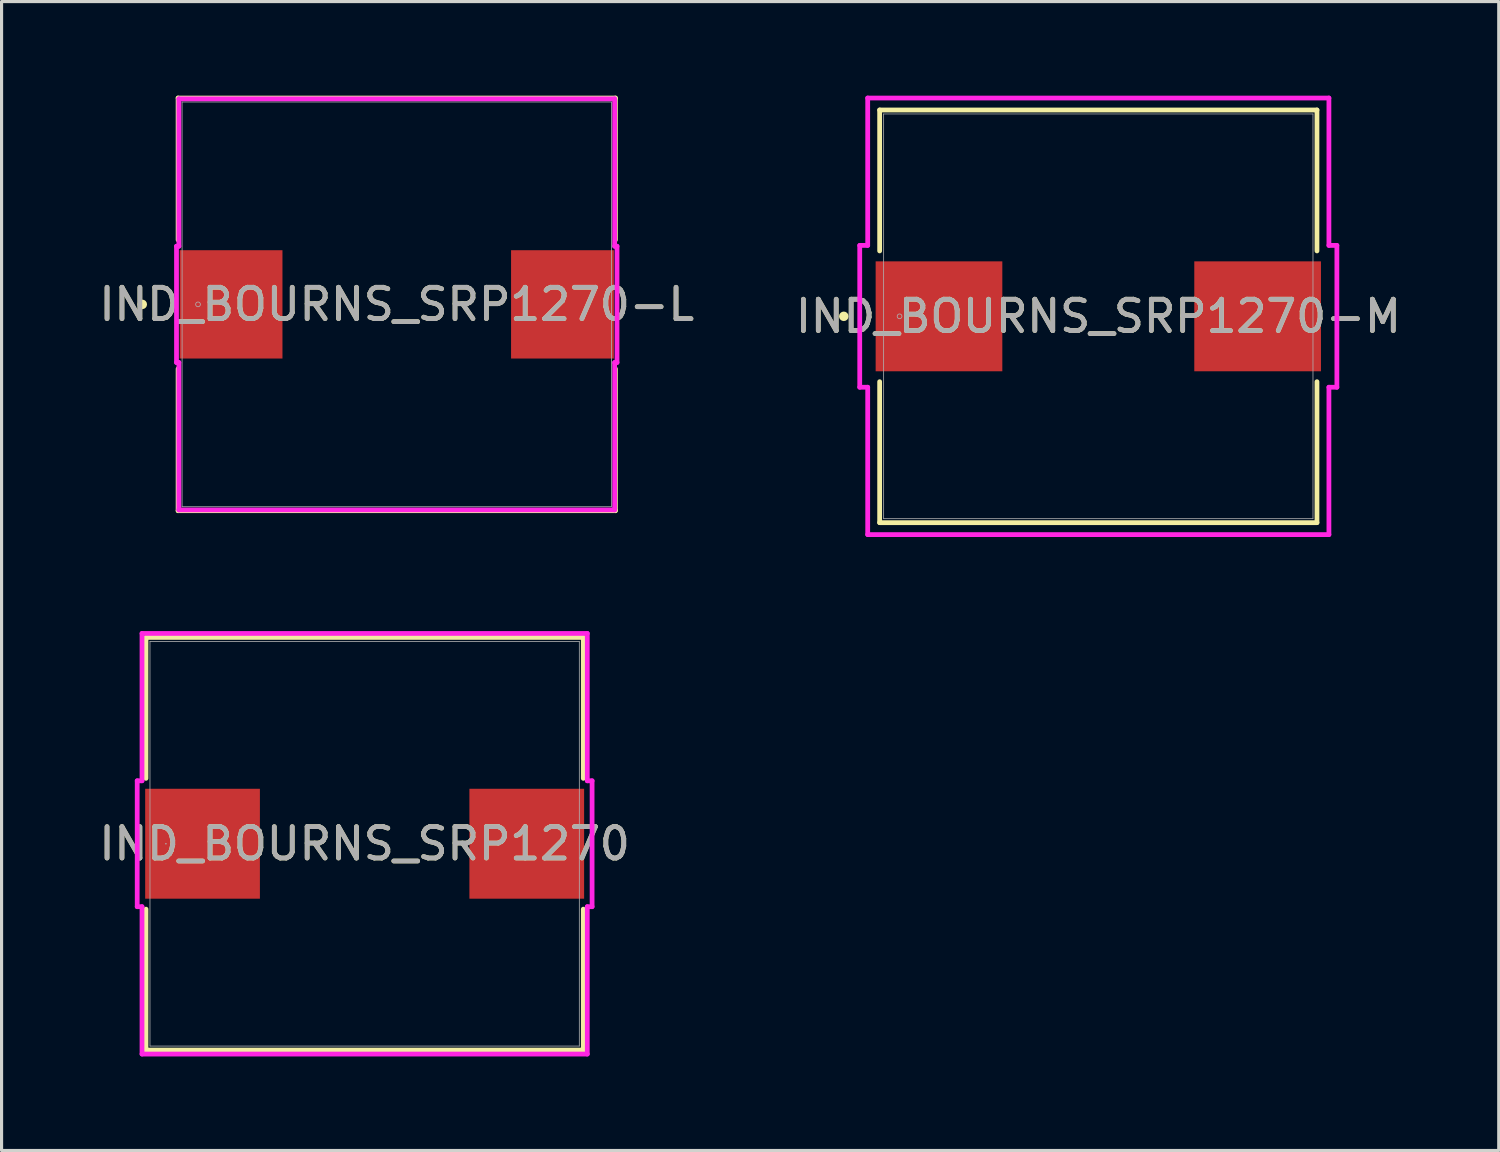
<source format=kicad_pcb>
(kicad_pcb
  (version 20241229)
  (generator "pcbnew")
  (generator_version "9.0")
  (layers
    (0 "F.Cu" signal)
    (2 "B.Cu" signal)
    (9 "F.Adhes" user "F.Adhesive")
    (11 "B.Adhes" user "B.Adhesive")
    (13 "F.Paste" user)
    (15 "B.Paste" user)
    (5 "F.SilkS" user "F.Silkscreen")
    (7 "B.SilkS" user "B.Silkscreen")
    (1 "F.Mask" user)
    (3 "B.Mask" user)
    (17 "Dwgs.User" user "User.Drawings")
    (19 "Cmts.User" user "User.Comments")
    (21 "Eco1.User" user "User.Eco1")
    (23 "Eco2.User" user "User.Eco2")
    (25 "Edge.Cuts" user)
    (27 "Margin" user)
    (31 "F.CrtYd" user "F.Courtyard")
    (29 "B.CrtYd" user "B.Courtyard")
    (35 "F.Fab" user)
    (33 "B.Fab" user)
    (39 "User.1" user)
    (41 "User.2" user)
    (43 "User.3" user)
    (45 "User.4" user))
  (footprint "IND_BOURNS_SRP1270-L"
    (layer "F.Cu")
    (at 9.601 6.655)
    (property "Reference" "IND_BOURNS_SRP1270-L" (at 0 0 0) (unlocked yes) (layer "F.SilkS") (effects (font (size 1 1) (thickness 0.15))))
    (attr smd)
    (fp_line (start -6.972 -6.579) (end -6.972 -2.056) (stroke (width 0.152) (type solid)) (layer "F.SilkS"))
    (fp_line (start -6.972 2.056) (end -6.972 6.579) (stroke (width 0.152) (type solid)) (layer "F.SilkS"))
    (fp_line (start -6.972 6.579) (end 6.972 6.579) (stroke (width 0.152) (type solid)) (layer "F.SilkS"))
    (fp_line (start 6.972 -6.579) (end -6.972 -6.579) (stroke (width 0.152) (type solid)) (layer "F.SilkS"))
    (fp_line (start 6.972 -2.056) (end 6.972 -6.579) (stroke (width 0.152) (type solid)) (layer "F.SilkS"))
    (fp_line (start 6.972 6.579) (end 6.972 2.056) (stroke (width 0.152) (type solid)) (layer "F.SilkS"))
    (fp_circle (center -8.115 0) (end -8.039 0) (stroke (width 0.152) (type solid)) (fill no) (layer "F.SilkS"))
    (fp_line (start -7.023 -1.854) (end -6.947 -1.854) (stroke (width 0.152) (type solid)) (layer "F.CrtYd"))
    (fp_line (start -7.023 1.854) (end -7.023 -1.854) (stroke (width 0.152) (type solid)) (layer "F.CrtYd"))
    (fp_line (start -6.947 -6.553) (end 6.947 -6.553) (stroke (width 0.152) (type solid)) (layer "F.CrtYd"))
    (fp_line (start -6.947 -1.854) (end -6.947 -6.553) (stroke (width 0.152) (type solid)) (layer "F.CrtYd"))
    (fp_line (start -6.947 1.854) (end -7.023 1.854) (stroke (width 0.152) (type solid)) (layer "F.CrtYd"))
    (fp_line (start -6.947 6.553) (end -6.947 1.854) (stroke (width 0.152) (type solid)) (layer "F.CrtYd"))
    (fp_line (start 6.947 -6.553) (end 6.947 -1.854) (stroke (width 0.152) (type solid)) (layer "F.CrtYd"))
    (fp_line (start 6.947 -1.854) (end 7.023 -1.854) (stroke (width 0.152) (type solid)) (layer "F.CrtYd"))
    (fp_line (start 6.947 1.854) (end 6.947 6.553) (stroke (width 0.152) (type solid)) (layer "F.CrtYd"))
    (fp_line (start 6.947 6.553) (end -6.947 6.553) (stroke (width 0.152) (type solid)) (layer "F.CrtYd"))
    (fp_line (start 7.023 -1.854) (end 7.023 1.854) (stroke (width 0.152) (type solid)) (layer "F.CrtYd"))
    (fp_line (start 7.023 1.854) (end 6.947 1.854) (stroke (width 0.152) (type solid)) (layer "F.CrtYd"))
    (fp_line (start -6.845 -6.452) (end -6.845 6.452) (stroke (width 0.025) (type solid)) (layer "F.Fab"))
    (fp_line (start -6.845 6.452) (end 6.845 6.452) (stroke (width 0.025) (type solid)) (layer "F.Fab"))
    (fp_line (start 6.845 -6.452) (end -6.845 -6.452) (stroke (width 0.025) (type solid)) (layer "F.Fab"))
    (fp_line (start 6.845 6.452) (end 6.845 -6.452) (stroke (width 0.025) (type solid)) (layer "F.Fab"))
    (fp_circle (center -6.337 0) (end -6.261 0) (stroke (width 0.025) (type solid)) (fill no) (layer "F.Fab"))
    (fp_text user "${REFERENCE}" (at 0 0 0) (unlocked yes) (layer "F.Fab") (effects (font (size 1 1) (thickness 0.15))))
    (pad "1" smd rect (at -5.283 0 90) (size 3.454 3.277) (layers "F.Cu" "F.Mask" "F.Paste"))
    (pad "2" smd rect (at 5.283 0 90) (size 3.454 3.277) (layers "F.Cu" "F.Mask" "F.Paste"))
    (zone (net_name "") (layer "F.Cu") (hatch full 0.508) (connect_pads) (min_thickness 0.254) (filled_areas_thickness no) (keepout (tracks not_allowed) (vias not_allowed) (pads allowed) (copperpour not_allowed) (footprints allowed)) (placement (enabled no)) (fill) (polygon (pts (xy 2.807 0.254) (xy 16.396 0.254) (xy 16.396 4.851) (xy 2.807 4.851))))
    (zone (net_name "") (layer "F.Cu") (hatch full 0.508) (connect_pads) (min_thickness 0.254) (filled_areas_thickness no) (keepout (tracks not_allowed) (vias not_allowed) (pads allowed) (copperpour not_allowed) (footprints allowed)) (placement (enabled no)) (fill) (polygon (pts (xy 2.807 8.458) (xy 16.396 8.458) (xy 16.396 13.056) (xy 2.807 13.056))))
    (zone (net_name "") (layer "F.Cu") (hatch full 0.508) (connect_pads) (min_thickness 0.254) (filled_areas_thickness no) (keepout (tracks not_allowed) (vias not_allowed) (pads allowed) (copperpour not_allowed) (footprints allowed)) (placement (enabled no)) (fill) (polygon (pts (xy 6.007 4.851) (xy 13.195 4.851) (xy 13.195 8.458) (xy 6.007 8.458)))))
  (footprint "IND_BOURNS_SRP1270-M"
    (layer "F.Cu")
    (at 31.97 7.036)
    (property "Reference" "IND_BOURNS_SRP1270-M" (at 0 0 0) (unlocked yes) (layer "F.SilkS") (effects (font (size 1 1) (thickness 0.15))))
    (attr smd)
    (fp_line (start -6.972 -6.579) (end -6.972 -2.085) (stroke (width 0.152) (type solid)) (layer "F.SilkS"))
    (fp_line (start -6.972 2.085) (end -6.972 6.579) (stroke (width 0.152) (type solid)) (layer "F.SilkS"))
    (fp_line (start -6.972 6.579) (end 6.972 6.579) (stroke (width 0.152) (type solid)) (layer "F.SilkS"))
    (fp_line (start 6.972 -6.579) (end -6.972 -6.579) (stroke (width 0.152) (type solid)) (layer "F.SilkS"))
    (fp_line (start 6.972 -2.085) (end 6.972 -6.579) (stroke (width 0.152) (type solid)) (layer "F.SilkS"))
    (fp_line (start 6.972 6.579) (end 6.972 2.085) (stroke (width 0.152) (type solid)) (layer "F.SilkS"))
    (fp_circle (center -8.115 0) (end -8.039 0) (stroke (width 0.152) (type solid)) (fill no) (layer "F.SilkS"))
    (fp_line (start -7.607 -2.261) (end -7.353 -2.261) (stroke (width 0.152) (type solid)) (layer "F.CrtYd"))
    (fp_line (start -7.607 2.261) (end -7.607 -2.261) (stroke (width 0.152) (type solid)) (layer "F.CrtYd"))
    (fp_line (start -7.353 -6.96) (end 7.353 -6.96) (stroke (width 0.152) (type solid)) (layer "F.CrtYd"))
    (fp_line (start -7.353 -2.261) (end -7.353 -6.96) (stroke (width 0.152) (type solid)) (layer "F.CrtYd"))
    (fp_line (start -7.353 2.261) (end -7.607 2.261) (stroke (width 0.152) (type solid)) (layer "F.CrtYd"))
    (fp_line (start -7.353 6.96) (end -7.353 2.261) (stroke (width 0.152) (type solid)) (layer "F.CrtYd"))
    (fp_line (start 7.353 -6.96) (end 7.353 -2.261) (stroke (width 0.152) (type solid)) (layer "F.CrtYd"))
    (fp_line (start 7.353 -2.261) (end 7.607 -2.261) (stroke (width 0.152) (type solid)) (layer "F.CrtYd"))
    (fp_line (start 7.353 2.261) (end 7.353 6.96) (stroke (width 0.152) (type solid)) (layer "F.CrtYd"))
    (fp_line (start 7.353 6.96) (end -7.353 6.96) (stroke (width 0.152) (type solid)) (layer "F.CrtYd"))
    (fp_line (start 7.607 -2.261) (end 7.607 2.261) (stroke (width 0.152) (type solid)) (layer "F.CrtYd"))
    (fp_line (start 7.607 2.261) (end 7.353 2.261) (stroke (width 0.152) (type solid)) (layer "F.CrtYd"))
    (fp_line (start -6.845 -6.452) (end -6.845 6.452) (stroke (width 0.025) (type solid)) (layer "F.Fab"))
    (fp_line (start -6.845 6.452) (end 6.845 6.452) (stroke (width 0.025) (type solid)) (layer "F.Fab"))
    (fp_line (start 6.845 -6.452) (end -6.845 -6.452) (stroke (width 0.025) (type solid)) (layer "F.Fab"))
    (fp_line (start 6.845 6.452) (end 6.845 -6.452) (stroke (width 0.025) (type solid)) (layer "F.Fab"))
    (fp_circle (center -6.337 0) (end -6.261 0) (stroke (width 0.025) (type solid)) (fill no) (layer "F.Fab"))
    (fp_text user "${REFERENCE}" (at 0 0 0) (unlocked yes) (layer "F.Fab") (effects (font (size 1 1) (thickness 0.15))))
    (pad "1" smd rect (at -5.08 0 90) (size 3.505 4.039) (layers "F.Cu" "F.Mask" "F.Paste"))
    (pad "2" smd rect (at 5.08 0 90) (size 3.505 4.039) (layers "F.Cu" "F.Mask" "F.Paste"))
    (zone (net_name "") (layer "F.Cu") (hatch full 0.508) (connect_pads) (min_thickness 0.254) (filled_areas_thickness no) (keepout (tracks not_allowed) (vias not_allowed) (pads allowed) (copperpour not_allowed) (footprints allowed)) (placement (enabled no)) (fill) (polygon (pts (xy 25.176 0.635) (xy 38.765 0.635) (xy 38.765 5.232) (xy 25.176 5.232))))
    (zone (net_name "") (layer "F.Cu") (hatch full 0.508) (connect_pads) (min_thickness 0.254) (filled_areas_thickness no) (keepout (tracks not_allowed) (vias not_allowed) (pads allowed) (copperpour not_allowed) (footprints allowed)) (placement (enabled no)) (fill) (polygon (pts (xy 25.176 8.839) (xy 38.765 8.839) (xy 38.765 13.437) (xy 25.176 13.437))))
    (zone (net_name "") (layer "F.Cu") (hatch full 0.508) (connect_pads) (min_thickness 0.254) (filled_areas_thickness no) (keepout (tracks not_allowed) (vias not_allowed) (pads allowed) (copperpour not_allowed) (footprints allowed)) (placement (enabled no)) (fill) (polygon (pts (xy 28.96 5.232) (xy 34.98 5.232) (xy 34.98 8.839) (xy 28.96 8.839)))))
  (footprint "IND_BOURNS_SRP1270"
    (layer "F.Cu")
    (at 8.577 23.853)
    (property "Reference" "IND_BOURNS_SRP1270" (at 0 0 0) (unlocked yes) (layer "F.SilkS") (effects (font (size 1 1) (thickness 0.15))))
    (attr smd)
    (fp_line (start -6.972 -6.579) (end -6.972 -2.085) (stroke (width 0.152) (type solid)) (layer "F.SilkS"))
    (fp_line (start -6.972 2.085) (end -6.972 6.579) (stroke (width 0.152) (type solid)) (layer "F.SilkS"))
    (fp_line (start -6.972 6.579) (end 6.972 6.579) (stroke (width 0.152) (type solid)) (layer "F.SilkS"))
    (fp_line (start 6.972 -6.579) (end -6.972 -6.579) (stroke (width 0.152) (type solid)) (layer "F.SilkS"))
    (fp_line (start 6.972 -2.085) (end 6.972 -6.579) (stroke (width 0.152) (type solid)) (layer "F.SilkS"))
    (fp_line (start 6.972 6.579) (end 6.972 2.085) (stroke (width 0.152) (type solid)) (layer "F.SilkS"))
    (fp_line (start -7.252 -2.007) (end -7.099 -2.007) (stroke (width 0.152) (type solid)) (layer "F.CrtYd"))
    (fp_line (start -7.252 2.007) (end -7.252 -2.007) (stroke (width 0.152) (type solid)) (layer "F.CrtYd"))
    (fp_line (start -7.099 -6.706) (end 7.099 -6.706) (stroke (width 0.152) (type solid)) (layer "F.CrtYd"))
    (fp_line (start -7.099 -2.007) (end -7.099 -6.706) (stroke (width 0.152) (type solid)) (layer "F.CrtYd"))
    (fp_line (start -7.099 2.007) (end -7.252 2.007) (stroke (width 0.152) (type solid)) (layer "F.CrtYd"))
    (fp_line (start -7.099 6.706) (end -7.099 2.007) (stroke (width 0.152) (type solid)) (layer "F.CrtYd"))
    (fp_line (start 7.099 -6.706) (end 7.099 -2.007) (stroke (width 0.152) (type solid)) (layer "F.CrtYd"))
    (fp_line (start 7.099 -2.007) (end 7.252 -2.007) (stroke (width 0.152) (type solid)) (layer "F.CrtYd"))
    (fp_line (start 7.099 2.007) (end 7.099 6.706) (stroke (width 0.152) (type solid)) (layer "F.CrtYd"))
    (fp_line (start 7.099 6.706) (end -7.099 6.706) (stroke (width 0.152) (type solid)) (layer "F.CrtYd"))
    (fp_line (start 7.252 -2.007) (end 7.252 2.007) (stroke (width 0.152) (type solid)) (layer "F.CrtYd"))
    (fp_line (start 7.252 2.007) (end 7.099 2.007) (stroke (width 0.152) (type solid)) (layer "F.CrtYd"))
    (fp_line (start -6.845 -6.452) (end -6.845 6.452) (stroke (width 0.025) (type solid)) (layer "F.Fab"))
    (fp_line (start -6.845 6.452) (end 6.845 6.452) (stroke (width 0.025) (type solid)) (layer "F.Fab"))
    (fp_line (start 6.845 -6.452) (end -6.845 -6.452) (stroke (width 0.025) (type solid)) (layer "F.Fab"))
    (fp_line (start 6.845 6.452) (end 6.845 -6.452) (stroke (width 0.025) (type solid)) (layer "F.Fab"))
    (fp_circle (center -6.337 0) (end -6.337 0) (stroke (width 0.025) (type solid)) (fill no) (layer "F.Fab"))
    (fp_text user "${REFERENCE}" (at 0 0 0) (unlocked yes) (layer "F.Fab") (effects (font (size 1 1) (thickness 0.15))))
    (pad "1" smd rect (at -5.169 0 90) (size 3.505 3.658) (layers "F.Cu" "F.Mask" "F.Paste"))
    (pad "2" smd rect (at 5.169 0 90) (size 3.505 3.658) (layers "F.Cu" "F.Mask" "F.Paste"))
    (zone (net_name "") (layer "F.Cu") (hatch full 0.508) (connect_pads) (min_thickness 0.254) (filled_areas_thickness no) (keepout (tracks not_allowed) (vias not_allowed) (pads allowed) (copperpour not_allowed) (footprints allowed)) (placement (enabled no)) (fill) (polygon (pts (xy 1.783 17.453) (xy 15.372 17.453) (xy 15.372 22.05) (xy 1.783 22.05))))
    (zone (net_name "") (layer "F.Cu") (hatch full 0.508) (connect_pads) (min_thickness 0.254) (filled_areas_thickness no) (keepout (tracks not_allowed) (vias not_allowed) (pads allowed) (copperpour not_allowed) (footprints allowed)) (placement (enabled no)) (fill) (polygon (pts (xy 1.783 25.657) (xy 15.372 25.657) (xy 15.372 30.254) (xy 1.783 30.254))))
    (zone (net_name "") (layer "F.Cu") (hatch full 0.508) (connect_pads) (min_thickness 0.254) (filled_areas_thickness no) (keepout (tracks not_allowed) (vias not_allowed) (pads allowed) (copperpour not_allowed) (footprints allowed)) (placement (enabled no)) (fill) (polygon (pts (xy 5.288 22.05) (xy 11.867 22.05) (xy 11.867 25.657) (xy 5.288 25.657)))))
  (gr_rect
    (start -3 -3)
    (end 44.738 33.635)
    (stroke (width 0.1) (type default))
    (fill no)
    (layer "Edge.Cuts")))
</source>
